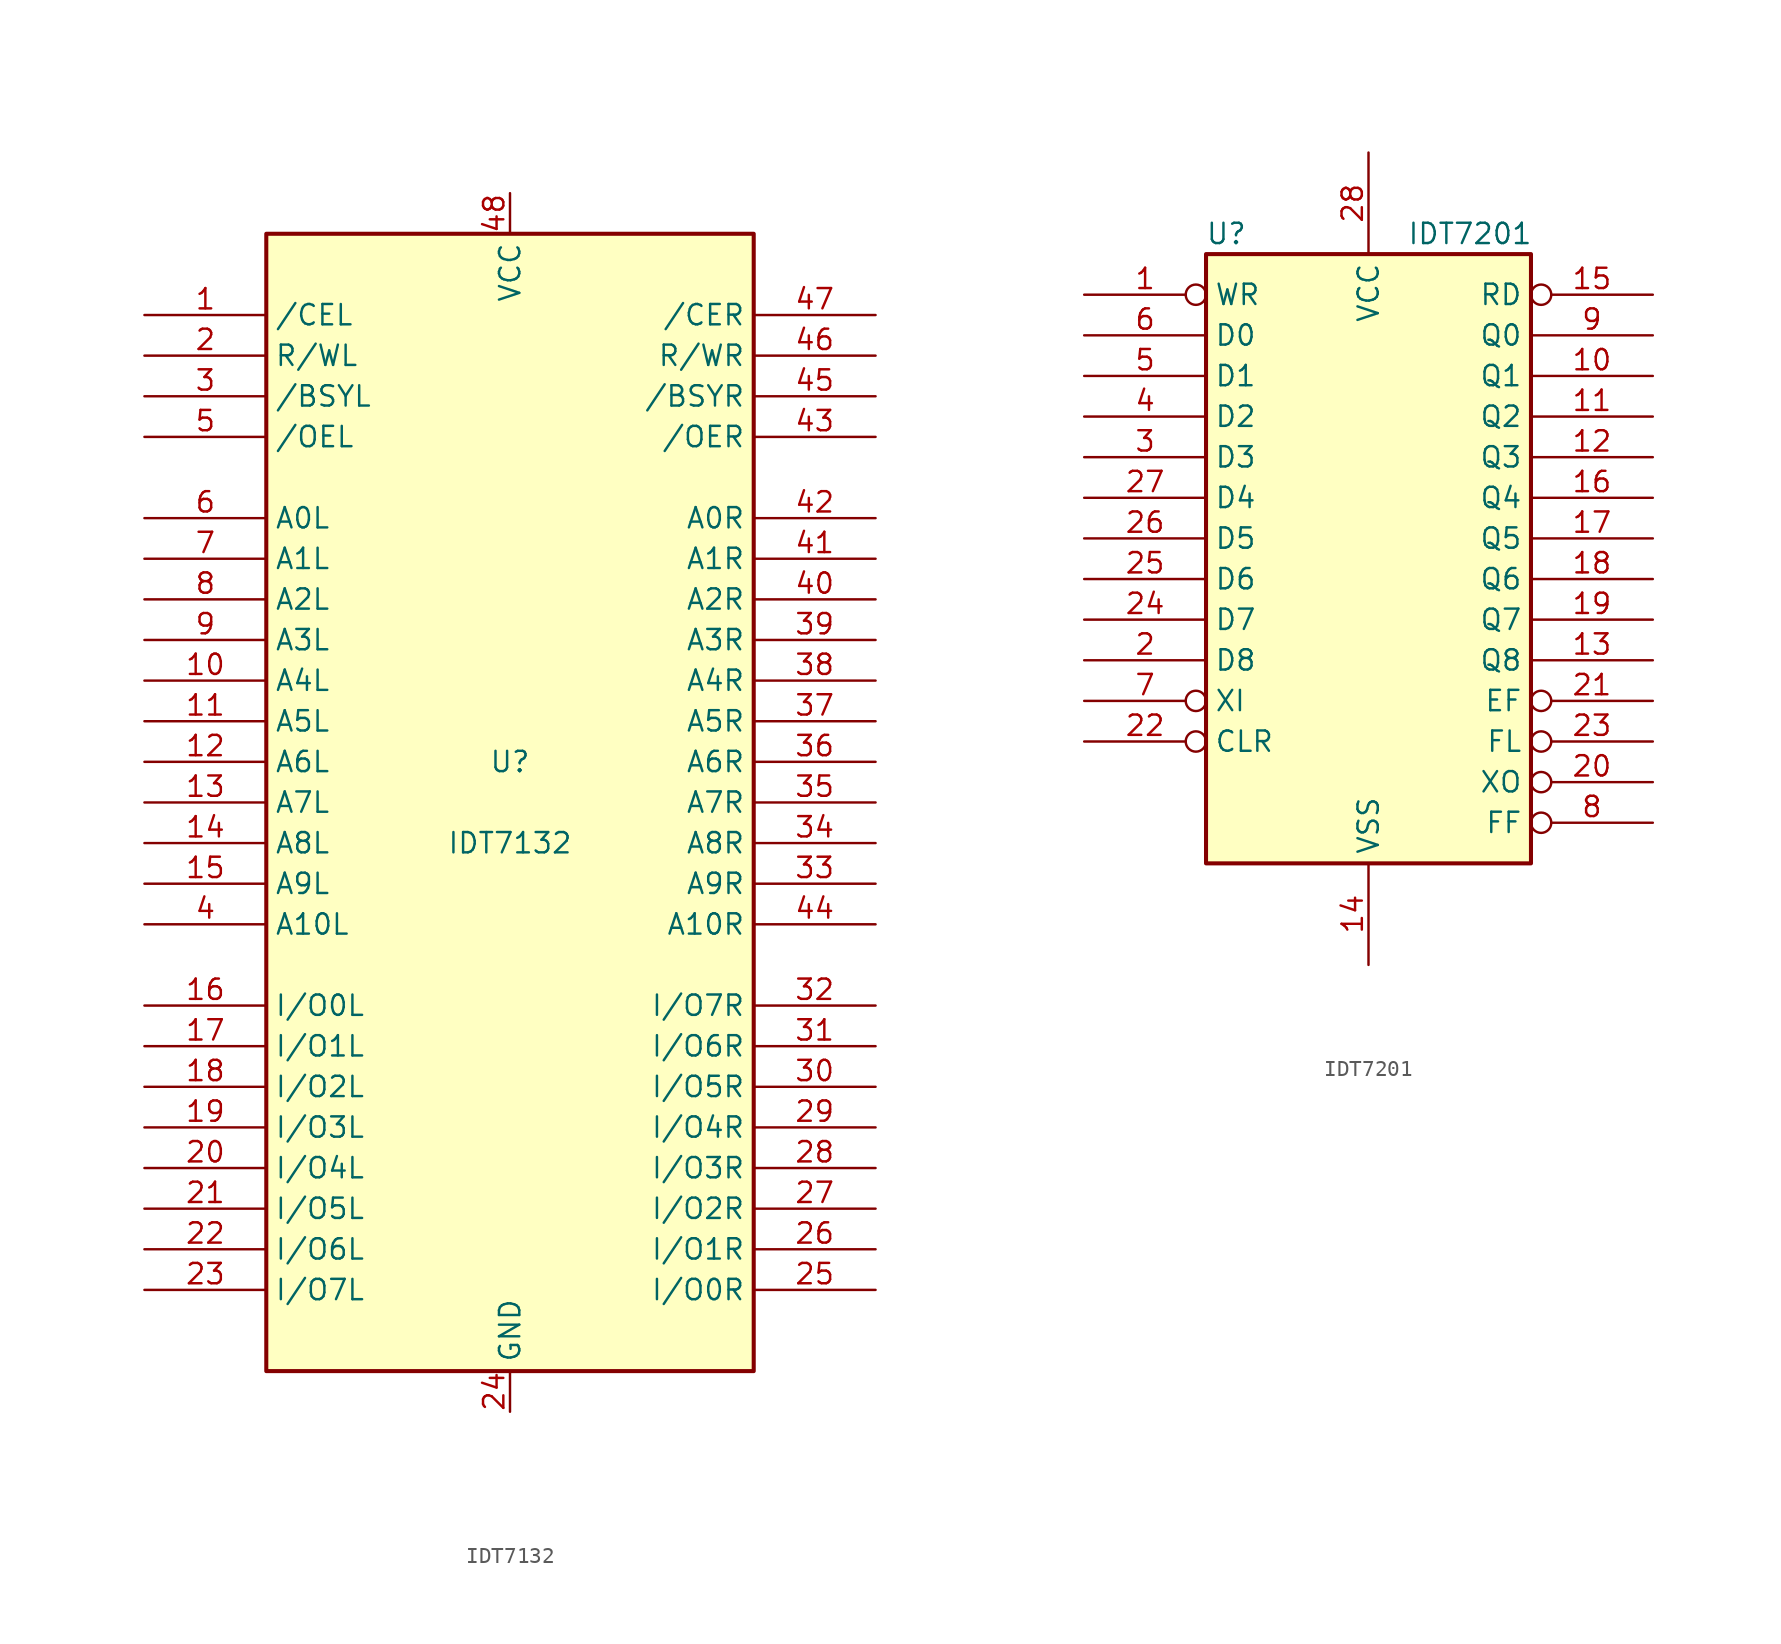
<source format=kicad_sym>
(kicad_symbol_lib
  (version 20231120)
  (generator "kicad_symbol_editor")
  (generator_version "8.0")
  (symbol "IDT7132"
    (property "Reference" "U"
      (at 0 2.54 0)
      (effects (font (size 1.27 1.27))))
    (property "Value" "IDT7132"
      (at 0 -2.54 0)
      (effects (font (size 1.27 1.27))))
    (symbol "IDT7132_0_1"
      (rectangle (start -15.24 -35.56) (end 15.24 35.56) (stroke (width 0.254) (type default)) (fill (type background))))
    (symbol "IDT7132_1_1"
      (pin input line (at -22.86 30.48 0) (length 7.62) (name "/CEL" (effects (font (size 1.27 1.27)))) (number "1" (effects (font (size 1.27 1.27)))))
      (pin input line (at -22.86 7.62 0) (length 7.62) (name "A4L" (effects (font (size 1.27 1.27)))) (number "10" (effects (font (size 1.27 1.27)))))
      (pin input line (at -22.86 5.08 0) (length 7.62) (name "A5L" (effects (font (size 1.27 1.27)))) (number "11" (effects (font (size 1.27 1.27)))))
      (pin input line (at -22.86 2.54 0) (length 7.62) (name "A6L" (effects (font (size 1.27 1.27)))) (number "12" (effects (font (size 1.27 1.27)))))
      (pin input line (at -22.86 0 0) (length 7.62) (name "A7L" (effects (font (size 1.27 1.27)))) (number "13" (effects (font (size 1.27 1.27)))))
      (pin input line (at -22.86 -2.54 0) (length 7.62) (name "A8L" (effects (font (size 1.27 1.27)))) (number "14" (effects (font (size 1.27 1.27)))))
      (pin input line (at -22.86 -5.08 0) (length 7.62) (name "A9L" (effects (font (size 1.27 1.27)))) (number "15" (effects (font (size 1.27 1.27)))))
      (pin input line (at -22.86 -12.7 0) (length 7.62) (name "I/O0L" (effects (font (size 1.27 1.27)))) (number "16" (effects (font (size 1.27 1.27)))))
      (pin input line (at -22.86 -15.24 0) (length 7.62) (name "I/O1L" (effects (font (size 1.27 1.27)))) (number "17" (effects (font (size 1.27 1.27)))))
      (pin input line (at -22.86 -17.78 0) (length 7.62) (name "I/O2L" (effects (font (size 1.27 1.27)))) (number "18" (effects (font (size 1.27 1.27)))))
      (pin input line (at -22.86 -20.32 0) (length 7.62) (name "I/O3L" (effects (font (size 1.27 1.27)))) (number "19" (effects (font (size 1.27 1.27)))))
      (pin input line (at -22.86 27.94 0) (length 7.62) (name "R/WL" (effects (font (size 1.27 1.27)))) (number "2" (effects (font (size 1.27 1.27)))))
      (pin input line (at -22.86 -22.86 0) (length 7.62) (name "I/O4L" (effects (font (size 1.27 1.27)))) (number "20" (effects (font (size 1.27 1.27)))))
      (pin input line (at -22.86 -25.4 0) (length 7.62) (name "I/O5L" (effects (font (size 1.27 1.27)))) (number "21" (effects (font (size 1.27 1.27)))))
      (pin input line (at -22.86 -27.94 0) (length 7.62) (name "I/O6L" (effects (font (size 1.27 1.27)))) (number "22" (effects (font (size 1.27 1.27)))))
      (pin input line (at -22.86 -30.48 0) (length 7.62) (name "I/O7L" (effects (font (size 1.27 1.27)))) (number "23" (effects (font (size 1.27 1.27)))))
      (pin power_in line (at 0 -38.1 90) (length 2.54) (name "GND" (effects (font (size 1.27 1.27)))) (number "24" (effects (font (size 1.27 1.27)))))
      (pin input line (at 22.86 -30.48 180) (length 7.62) (name "I/O0R" (effects (font (size 1.27 1.27)))) (number "25" (effects (font (size 1.27 1.27)))))
      (pin input line (at 22.86 -27.94 180) (length 7.62) (name "I/O1R" (effects (font (size 1.27 1.27)))) (number "26" (effects (font (size 1.27 1.27)))))
      (pin input line (at 22.86 -25.4 180) (length 7.62) (name "I/O2R" (effects (font (size 1.27 1.27)))) (number "27" (effects (font (size 1.27 1.27)))))
      (pin input line (at 22.86 -22.86 180) (length 7.62) (name "I/O3R" (effects (font (size 1.27 1.27)))) (number "28" (effects (font (size 1.27 1.27)))))
      (pin input line (at 22.86 -20.32 180) (length 7.62) (name "I/O4R" (effects (font (size 1.27 1.27)))) (number "29" (effects (font (size 1.27 1.27)))))
      (pin output line (at -22.86 25.4 0) (length 7.62) (name "/BSYL" (effects (font (size 1.27 1.27)))) (number "3" (effects (font (size 1.27 1.27)))))
      (pin input line (at 22.86 -17.78 180) (length 7.62) (name "I/O5R" (effects (font (size 1.27 1.27)))) (number "30" (effects (font (size 1.27 1.27)))))
      (pin input line (at 22.86 -15.24 180) (length 7.62) (name "I/O6R" (effects (font (size 1.27 1.27)))) (number "31" (effects (font (size 1.27 1.27)))))
      (pin input line (at 22.86 -12.7 180) (length 7.62) (name "I/O7R" (effects (font (size 1.27 1.27)))) (number "32" (effects (font (size 1.27 1.27)))))
      (pin input line (at 22.86 -5.08 180) (length 7.62) (name "A9R" (effects (font (size 1.27 1.27)))) (number "33" (effects (font (size 1.27 1.27)))))
      (pin input line (at 22.86 -2.54 180) (length 7.62) (name "A8R" (effects (font (size 1.27 1.27)))) (number "34" (effects (font (size 1.27 1.27)))))
      (pin input line (at 22.86 0 180) (length 7.62) (name "A7R" (effects (font (size 1.27 1.27)))) (number "35" (effects (font (size 1.27 1.27)))))
      (pin input line (at 22.86 2.54 180) (length 7.62) (name "A6R" (effects (font (size 1.27 1.27)))) (number "36" (effects (font (size 1.27 1.27)))))
      (pin input line (at 22.86 5.08 180) (length 7.62) (name "A5R" (effects (font (size 1.27 1.27)))) (number "37" (effects (font (size 1.27 1.27)))))
      (pin input line (at 22.86 7.62 180) (length 7.62) (name "A4R" (effects (font (size 1.27 1.27)))) (number "38" (effects (font (size 1.27 1.27)))))
      (pin input line (at 22.86 10.16 180) (length 7.62) (name "A3R" (effects (font (size 1.27 1.27)))) (number "39" (effects (font (size 1.27 1.27)))))
      (pin input line (at -22.86 -7.62 0) (length 7.62) (name "A10L" (effects (font (size 1.27 1.27)))) (number "4" (effects (font (size 1.27 1.27)))))
      (pin input line (at 22.86 12.7 180) (length 7.62) (name "A2R" (effects (font (size 1.27 1.27)))) (number "40" (effects (font (size 1.27 1.27)))))
      (pin input line (at 22.86 15.24 180) (length 7.62) (name "A1R" (effects (font (size 1.27 1.27)))) (number "41" (effects (font (size 1.27 1.27)))))
      (pin input line (at 22.86 17.78 180) (length 7.62) (name "A0R" (effects (font (size 1.27 1.27)))) (number "42" (effects (font (size 1.27 1.27)))))
      (pin input line (at 22.86 22.86 180) (length 7.62) (name "/OER" (effects (font (size 1.27 1.27)))) (number "43" (effects (font (size 1.27 1.27)))))
      (pin input line (at 22.86 -7.62 180) (length 7.62) (name "A10R" (effects (font (size 1.27 1.27)))) (number "44" (effects (font (size 1.27 1.27)))))
      (pin output line (at 22.86 25.4 180) (length 7.62) (name "/BSYR" (effects (font (size 1.27 1.27)))) (number "45" (effects (font (size 1.27 1.27)))))
      (pin input line (at 22.86 27.94 180) (length 7.62) (name "R/WR" (effects (font (size 1.27 1.27)))) (number "46" (effects (font (size 1.27 1.27)))))
      (pin input line (at 22.86 30.48 180) (length 7.62) (name "/CER" (effects (font (size 1.27 1.27)))) (number "47" (effects (font (size 1.27 1.27)))))
      (pin power_in line (at 0 38.1 270) (length 2.54) (name "VCC" (effects (font (size 1.27 1.27)))) (number "48" (effects (font (size 1.27 1.27)))))
      (pin input line (at -22.86 22.86 0) (length 7.62) (name "/OEL" (effects (font (size 1.27 1.27)))) (number "5" (effects (font (size 1.27 1.27)))))
      (pin input line (at -22.86 17.78 0) (length 7.62) (name "A0L" (effects (font (size 1.27 1.27)))) (number "6" (effects (font (size 1.27 1.27)))))
      (pin input line (at -22.86 15.24 0) (length 7.62) (name "A1L" (effects (font (size 1.27 1.27)))) (number "7" (effects (font (size 1.27 1.27)))))
      (pin input line (at -22.86 12.7 0) (length 7.62) (name "A2L" (effects (font (size 1.27 1.27)))) (number "8" (effects (font (size 1.27 1.27)))))
      (pin input line (at -22.86 10.16 0) (length 7.62) (name "A3L" (effects (font (size 1.27 1.27)))) (number "9" (effects (font (size 1.27 1.27)))))))
  (symbol "IDT7201"
    (property "Reference" "U"
      (at -8.89 20.32 0)
      (effects (font (size 1.27 1.27))))
    (property "Value" "IDT7201"
      (at 6.35 20.32 0)
      (effects (font (size 1.27 1.27))))
    (symbol "IDT7201_0_1"
      (rectangle (start -10.16 -19.05) (end 10.16 19.05) (stroke (width 0.254) (type default)) (fill (type background))))
    (symbol "IDT7201_1_1"
      (pin input inverted (at -17.78 16.51 0) (length 7.62) (name "WR" (effects (font (size 1.27 1.27)))) (number "1" (effects (font (size 1.27 1.27)))))
      (pin tri_state line (at 17.78 11.43 180) (length 7.62) (name "Q1" (effects (font (size 1.27 1.27)))) (number "10" (effects (font (size 1.27 1.27)))))
      (pin tri_state line (at 17.78 8.89 180) (length 7.62) (name "Q2" (effects (font (size 1.27 1.27)))) (number "11" (effects (font (size 1.27 1.27)))))
      (pin tri_state line (at 17.78 6.35 180) (length 7.62) (name "Q3" (effects (font (size 1.27 1.27)))) (number "12" (effects (font (size 1.27 1.27)))))
      (pin tri_state line (at 17.78 -6.35 180) (length 7.62) (name "Q8" (effects (font (size 1.27 1.27)))) (number "13" (effects (font (size 1.27 1.27)))))
      (pin power_in line (at 0 -25.4 90) (length 6.35) (name "VSS" (effects (font (size 1.27 1.27)))) (number "14" (effects (font (size 1.27 1.27)))))
      (pin input inverted (at 17.78 16.51 180) (length 7.62) (name "RD" (effects (font (size 1.27 1.27)))) (number "15" (effects (font (size 1.27 1.27)))))
      (pin tri_state line (at 17.78 3.81 180) (length 7.62) (name "Q4" (effects (font (size 1.27 1.27)))) (number "16" (effects (font (size 1.27 1.27)))))
      (pin tri_state line (at 17.78 1.27 180) (length 7.62) (name "Q5" (effects (font (size 1.27 1.27)))) (number "17" (effects (font (size 1.27 1.27)))))
      (pin tri_state line (at 17.78 -1.27 180) (length 7.62) (name "Q6" (effects (font (size 1.27 1.27)))) (number "18" (effects (font (size 1.27 1.27)))))
      (pin tri_state line (at 17.78 -3.81 180) (length 7.62) (name "Q7" (effects (font (size 1.27 1.27)))) (number "19" (effects (font (size 1.27 1.27)))))
      (pin input line (at -17.78 -6.35 0) (length 7.62) (name "D8" (effects (font (size 1.27 1.27)))) (number "2" (effects (font (size 1.27 1.27)))))
      (pin input inverted (at 17.78 -13.97 180) (length 7.62) (name "XO" (effects (font (size 1.27 1.27)))) (number "20" (effects (font (size 1.27 1.27)))))
      (pin output inverted (at 17.78 -8.89 180) (length 7.62) (name "EF" (effects (font (size 1.27 1.27)))) (number "21" (effects (font (size 1.27 1.27)))))
      (pin input inverted (at -17.78 -11.43 0) (length 7.62) (name "CLR" (effects (font (size 1.27 1.27)))) (number "22" (effects (font (size 1.27 1.27)))))
      (pin input inverted (at 17.78 -11.43 180) (length 7.62) (name "FL" (effects (font (size 1.27 1.27)))) (number "23" (effects (font (size 1.27 1.27)))))
      (pin input line (at -17.78 -3.81 0) (length 7.62) (name "D7" (effects (font (size 1.27 1.27)))) (number "24" (effects (font (size 1.27 1.27)))))
      (pin input line (at -17.78 -1.27 0) (length 7.62) (name "D6" (effects (font (size 1.27 1.27)))) (number "25" (effects (font (size 1.27 1.27)))))
      (pin input line (at -17.78 1.27 0) (length 7.62) (name "D5" (effects (font (size 1.27 1.27)))) (number "26" (effects (font (size 1.27 1.27)))))
      (pin input line (at -17.78 3.81 0) (length 7.62) (name "D4" (effects (font (size 1.27 1.27)))) (number "27" (effects (font (size 1.27 1.27)))))
      (pin power_in line (at 0 25.4 270) (length 6.35) (name "VCC" (effects (font (size 1.27 1.27)))) (number "28" (effects (font (size 1.27 1.27)))))
      (pin input line (at -17.78 6.35 0) (length 7.62) (name "D3" (effects (font (size 1.27 1.27)))) (number "3" (effects (font (size 1.27 1.27)))))
      (pin input line (at -17.78 8.89 0) (length 7.62) (name "D2" (effects (font (size 1.27 1.27)))) (number "4" (effects (font (size 1.27 1.27)))))
      (pin input line (at -17.78 11.43 0) (length 7.62) (name "D1" (effects (font (size 1.27 1.27)))) (number "5" (effects (font (size 1.27 1.27)))))
      (pin input line (at -17.78 13.97 0) (length 7.62) (name "D0" (effects (font (size 1.27 1.27)))) (number "6" (effects (font (size 1.27 1.27)))))
      (pin input inverted (at -17.78 -8.89 0) (length 7.62) (name "XI" (effects (font (size 1.27 1.27)))) (number "7" (effects (font (size 1.27 1.27)))))
      (pin output inverted (at 17.78 -16.51 180) (length 7.62) (name "FF" (effects (font (size 1.27 1.27)))) (number "8" (effects (font (size 1.27 1.27)))))
      (pin tri_state line (at 17.78 13.97 180) (length 7.62) (name "Q0" (effects (font (size 1.27 1.27)))) (number "9" (effects (font (size 1.27 1.27))))))))
</source>
